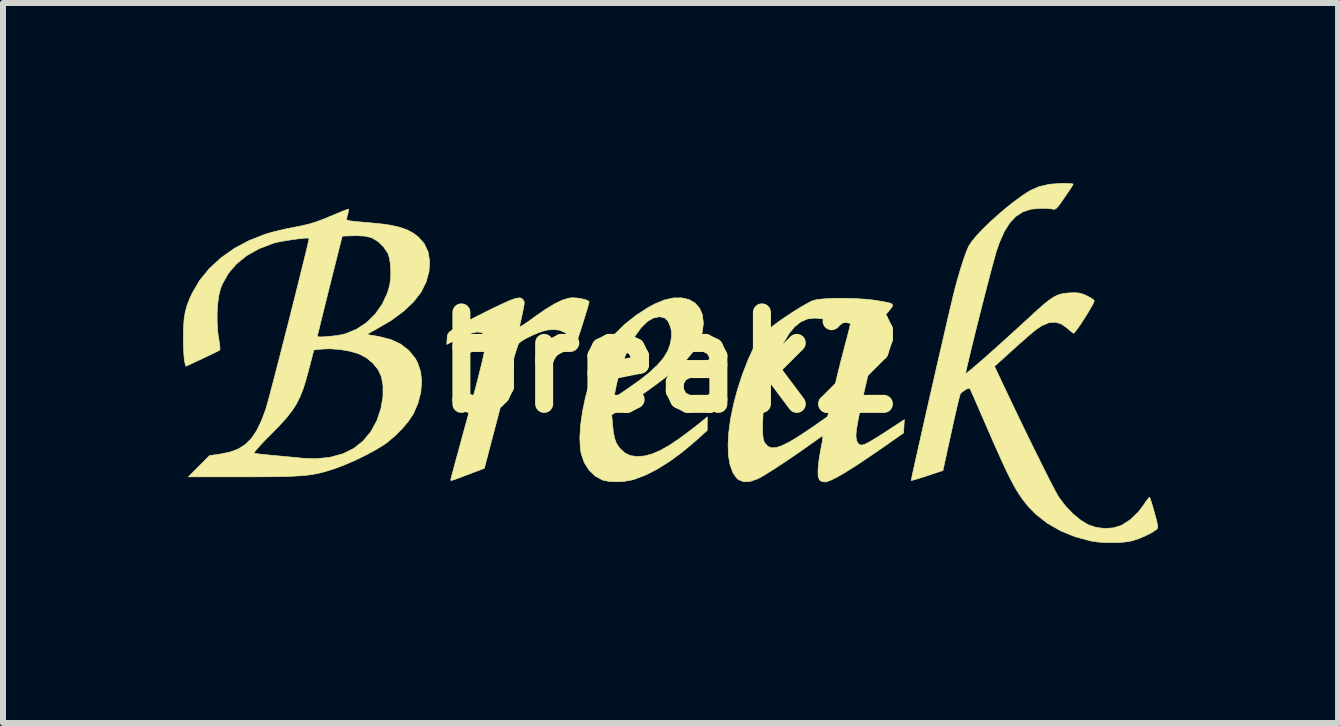
<source format=kicad_pcb>
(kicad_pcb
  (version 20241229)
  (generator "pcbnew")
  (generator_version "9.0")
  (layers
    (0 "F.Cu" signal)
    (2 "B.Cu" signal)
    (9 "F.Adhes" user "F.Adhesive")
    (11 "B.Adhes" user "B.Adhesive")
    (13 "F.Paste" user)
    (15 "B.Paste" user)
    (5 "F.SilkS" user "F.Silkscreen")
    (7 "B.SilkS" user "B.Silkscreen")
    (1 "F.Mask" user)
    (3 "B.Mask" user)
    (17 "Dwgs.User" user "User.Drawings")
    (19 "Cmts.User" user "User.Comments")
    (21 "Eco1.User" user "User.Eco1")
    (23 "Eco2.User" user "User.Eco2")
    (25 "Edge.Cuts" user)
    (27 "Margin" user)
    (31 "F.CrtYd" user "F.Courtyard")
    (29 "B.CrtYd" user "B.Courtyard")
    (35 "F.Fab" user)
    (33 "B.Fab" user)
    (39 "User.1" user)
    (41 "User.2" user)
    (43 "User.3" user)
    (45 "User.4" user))
  (footprint "break2"
    (layer "F.Cu")
    (at 8.121 2.99)
    (property "Reference" "break2" (at 0 0 0) (layer "F.SilkS") (effects (font (size 1.524 1.524) (thickness 0.3))))
    (attr through_hole)
    (fp_poly (pts (xy -1.559 -1.075) (xy -1.482 -1.063) (xy -1.415 -1.046) (xy -1.369 -1.027) (xy -1.355 -1.011) (xy -1.361 -0.985) (xy -1.377 -0.927) (xy -1.401 -0.846) (xy -1.431 -0.75) (xy -1.462 -0.649) (xy -1.493 -0.551) (xy -1.522 -0.464) (xy -1.544 -0.397) (xy -1.558 -0.358) (xy -1.56 -0.353) (xy -1.579 -0.358) (xy -1.62 -0.386) (xy -1.672 -0.431) (xy -1.758 -0.5) (xy -1.845 -0.538) (xy -1.946 -0.549) (xy -2.039 -0.543) (xy -2.112 -0.527) (xy -2.204 -0.495) (xy -2.303 -0.453) (xy -2.398 -0.406) (xy -2.476 -0.361) (xy -2.526 -0.321) (xy -2.526 -0.321) (xy -2.541 -0.29) (xy -2.564 -0.221) (xy -2.597 -0.115) (xy -2.638 0.025) (xy -2.686 0.198) (xy -2.742 0.401) (xy -2.803 0.631) (xy -2.833 0.742) (xy -3.101 1.763) (xy -3.345 1.855) (xy -3.463 1.9) (xy -3.548 1.932) (xy -3.604 1.952) (xy -3.638 1.962) (xy -3.655 1.964) (xy -3.661 1.961) (xy -3.662 1.956) (xy -3.656 1.933) (xy -3.641 1.874) (xy -3.617 1.783) (xy -3.585 1.664) (xy -3.546 1.524) (xy -3.503 1.365) (xy -3.456 1.192) (xy -3.449 1.166) (xy -3.366 0.864) (xy -3.295 0.6) (xy -3.234 0.373) (xy -3.185 0.18) (xy -3.145 0.019) (xy -3.115 -0.111) (xy -3.094 -0.213) (xy -3.081 -0.288) (xy -3.08 -0.292) (xy -3.077 -0.392) (xy -3.098 -0.461) (xy -3.146 -0.5) (xy -3.221 -0.509) (xy -3.324 -0.487) (xy -3.456 -0.435) (xy -3.52 -0.405) (xy -3.727 -0.302) (xy -3.721 -0.399) (xy -3.717 -0.446) (xy -3.706 -0.48) (xy -3.682 -0.509) (xy -3.637 -0.541) (xy -3.563 -0.586) (xy -3.556 -0.59) (xy -3.458 -0.646) (xy -3.341 -0.709) (xy -3.213 -0.776) (xy -3.079 -0.843) (xy -2.948 -0.908) (xy -2.827 -0.965) (xy -2.723 -1.013) (xy -2.642 -1.047) (xy -2.598 -1.062) (xy -2.535 -1.076) (xy -2.497 -1.076) (xy -2.47 -1.06) (xy -2.461 -1.052) (xy -2.444 -1.032) (xy -2.437 -1.007) (xy -2.438 -0.969) (xy -2.449 -0.906) (xy -2.462 -0.842) (xy -2.481 -0.754) (xy -2.497 -0.678) (xy -2.51 -0.626) (xy -2.512 -0.617) (xy -2.511 -0.602) (xy -2.494 -0.604) (xy -2.457 -0.624) (xy -2.396 -0.664) (xy -2.306 -0.728) (xy -2.273 -0.753) (xy -2.089 -0.881) (xy -1.931 -0.977) (xy -1.798 -1.041) (xy -1.688 -1.074) (xy -1.635 -1.079) (xy -1.559 -1.075)) (stroke (width 0.01) (type solid)) (fill yes) (layer "F.SilkS"))
    (fp_poly (pts (xy 0.309 -1.049) (xy 0.41 -0.99) (xy 0.486 -0.903) (xy 0.531 -0.798) (xy 0.549 -0.653) (xy 0.529 -0.5) (xy 0.474 -0.343) (xy 0.385 -0.19) (xy 0.264 -0.044) (xy 0.228 -0.008) (xy 0.144 0.066) (xy 0.032 0.158) (xy -0.103 0.263) (xy -0.251 0.374) (xy -0.408 0.488) (xy -0.565 0.599) (xy -0.715 0.701) (xy -0.768 0.735) (xy -0.979 0.872) (xy -0.965 1.034) (xy -0.95 1.166) (xy -0.93 1.265) (xy -0.903 1.341) (xy -0.864 1.403) (xy -0.843 1.43) (xy -0.76 1.507) (xy -0.673 1.55) (xy -0.566 1.566) (xy -0.54 1.566) (xy -0.424 1.556) (xy -0.301 1.522) (xy -0.167 1.464) (xy -0.018 1.38) (xy 0.151 1.266) (xy 0.265 1.182) (xy 0.351 1.116) (xy 0.434 1.052) (xy 0.501 0.999) (xy 0.534 0.972) (xy 0.614 0.906) (xy 0.613 1.019) (xy 0.612 1.132) (xy 0.414 1.31) (xy 0.199 1.49) (xy -0.015 1.647) (xy -0.224 1.778) (xy -0.423 1.879) (xy -0.606 1.947) (xy -0.645 1.958) (xy -0.768 1.98) (xy -0.899 1.987) (xy -1.022 1.981) (xy -1.123 1.961) (xy -1.13 1.959) (xy -1.253 1.893) (xy -1.356 1.794) (xy -1.436 1.668) (xy -1.487 1.52) (xy -1.501 1.439) (xy -1.51 1.254) (xy -1.497 1.041) (xy -1.464 0.811) (xy -1.414 0.572) (xy -1.411 0.562) (xy -0.933 0.562) (xy -0.926 0.58) (xy -0.924 0.579) (xy -0.898 0.562) (xy -0.844 0.526) (xy -0.772 0.477) (xy -0.699 0.427) (xy -0.499 0.285) (xy -0.337 0.155) (xy -0.209 0.034) (xy -0.113 -0.08) (xy -0.047 -0.19) (xy -0.006 -0.299) (xy -0.002 -0.318) (xy 0.015 -0.412) (xy 0.019 -0.484) (xy 0.01 -0.552) (xy -0.001 -0.599) (xy -0.04 -0.689) (xy -0.097 -0.742) (xy -0.175 -0.762) (xy -0.187 -0.762) (xy -0.287 -0.741) (xy -0.387 -0.682) (xy -0.485 -0.585) (xy -0.58 -0.456) (xy -0.67 -0.297) (xy -0.754 -0.11) (xy -0.828 0.1) (xy -0.891 0.332) (xy -0.908 0.407) (xy -0.927 0.505) (xy -0.933 0.562) (xy -1.411 0.562) (xy -1.347 0.331) (xy -1.267 0.098) (xy -1.174 -0.118) (xy -1.16 -0.146) (xy -1.059 -0.312) (xy -0.922 -0.479) (xy -0.757 -0.64) (xy -0.569 -0.789) (xy -0.365 -0.92) (xy -0.262 -0.976) (xy -0.102 -1.042) (xy 0.049 -1.076) (xy 0.187 -1.077) (xy 0.309 -1.049)) (stroke (width 0.01) (type solid)) (fill yes) (layer "F.SilkS"))
    (fp_poly (pts (xy 2.949 -1.069) (xy 3.099 -1.064) (xy 3.242 -1.055) (xy 3.37 -1.042) (xy 3.45 -1.03) (xy 3.565 -1.01) (xy 3.642 -0.994) (xy 3.686 -0.978) (xy 3.702 -0.958) (xy 3.692 -0.929) (xy 3.661 -0.887) (xy 3.623 -0.84) (xy 3.519 -0.709) (xy 3.358 -0.064) (xy 3.292 0.207) (xy 3.235 0.451) (xy 3.186 0.668) (xy 3.147 0.855) (xy 3.117 1.008) (xy 3.098 1.127) (xy 3.091 1.207) (xy 3.09 1.219) (xy 3.101 1.303) (xy 3.131 1.357) (xy 3.177 1.376) (xy 3.206 1.372) (xy 3.243 1.36) (xy 3.292 1.336) (xy 3.359 1.298) (xy 3.449 1.243) (xy 3.567 1.168) (xy 3.625 1.129) (xy 3.897 0.952) (xy 3.89 1.063) (xy 3.884 1.174) (xy 3.526 1.424) (xy 3.291 1.585) (xy 3.088 1.72) (xy 2.918 1.827) (xy 2.78 1.907) (xy 2.674 1.96) (xy 2.6 1.987) (xy 2.576 1.99) (xy 2.519 1.982) (xy 2.482 1.955) (xy 2.462 1.903) (xy 2.458 1.82) (xy 2.463 1.737) (xy 2.474 1.636) (xy 2.492 1.517) (xy 2.513 1.405) (xy 2.515 1.392) (xy 2.533 1.301) (xy 2.539 1.243) (xy 2.535 1.221) (xy 2.532 1.222) (xy 2.506 1.239) (xy 2.454 1.276) (xy 2.382 1.327) (xy 2.297 1.387) (xy 2.286 1.395) (xy 2.129 1.505) (xy 1.974 1.611) (xy 1.828 1.708) (xy 1.696 1.794) (xy 1.582 1.865) (xy 1.494 1.917) (xy 1.45 1.939) (xy 1.327 1.982) (xy 1.223 1.987) (xy 1.137 1.954) (xy 1.104 1.927) (xy 1.039 1.833) (xy 0.993 1.705) (xy 0.966 1.548) (xy 0.96 1.366) (xy 0.972 1.161) (xy 0.991 1.017) (xy 1.535 1.017) (xy 1.536 1.133) (xy 1.539 1.216) (xy 1.546 1.273) (xy 1.558 1.313) (xy 1.573 1.341) (xy 1.621 1.395) (xy 1.679 1.421) (xy 1.753 1.419) (xy 1.848 1.39) (xy 1.968 1.331) (xy 1.983 1.323) (xy 2.057 1.28) (xy 2.152 1.22) (xy 2.258 1.15) (xy 2.363 1.079) (xy 2.371 1.074) (xy 2.458 1.013) (xy 2.532 0.961) (xy 2.587 0.923) (xy 2.615 0.903) (xy 2.617 0.902) (xy 2.623 0.881) (xy 2.636 0.826) (xy 2.656 0.741) (xy 2.682 0.634) (xy 2.711 0.509) (xy 2.72 0.468) (xy 2.758 0.309) (xy 2.8 0.135) (xy 2.843 -0.037) (xy 2.884 -0.195) (xy 2.912 -0.303) (xy 2.943 -0.417) (xy 2.968 -0.514) (xy 2.987 -0.59) (xy 2.997 -0.637) (xy 2.998 -0.649) (xy 2.973 -0.657) (xy 2.915 -0.669) (xy 2.834 -0.684) (xy 2.739 -0.699) (xy 2.639 -0.713) (xy 2.545 -0.726) (xy 2.464 -0.735) (xy 2.407 -0.74) (xy 2.395 -0.74) (xy 2.279 -0.725) (xy 2.171 -0.677) (xy 2.07 -0.597) (xy 1.975 -0.481) (xy 1.884 -0.328) (xy 1.795 -0.136) (xy 1.708 0.096) (xy 1.707 0.099) (xy 1.629 0.347) (xy 1.576 0.574) (xy 1.546 0.792) (xy 1.535 1.014) (xy 1.535 1.017) (xy 0.991 1.017) (xy 1.002 0.937) (xy 1.051 0.699) (xy 1.117 0.45) (xy 1.201 0.193) (xy 1.301 -0.064) (xy 1.378 -0.228) (xy 1.46 -0.362) (xy 1.555 -0.476) (xy 1.672 -0.582) (xy 1.691 -0.597) (xy 1.792 -0.673) (xy 1.908 -0.754) (xy 2.03 -0.835) (xy 2.15 -0.91) (xy 2.258 -0.973) (xy 2.345 -1.019) (xy 2.378 -1.033) (xy 2.441 -1.048) (xy 2.538 -1.059) (xy 2.66 -1.067) (xy 2.8 -1.07) (xy 2.949 -1.069)) (stroke (width 0.01) (type solid)) (fill yes) (layer "F.SilkS"))
    (fp_poly (pts (xy 6.607 -2.983) (xy 6.67 -2.98) (xy 6.706 -2.975) (xy 6.71 -2.972) (xy 6.699 -2.951) (xy 6.668 -2.902) (xy 6.622 -2.833) (xy 6.567 -2.752) (xy 6.505 -2.663) (xy 6.461 -2.604) (xy 6.43 -2.57) (xy 6.405 -2.555) (xy 6.381 -2.554) (xy 6.371 -2.556) (xy 6.324 -2.563) (xy 6.25 -2.568) (xy 6.165 -2.569) (xy 6.16 -2.569) (xy 6.007 -2.555) (xy 5.873 -2.511) (xy 5.756 -2.436) (xy 5.654 -2.328) (xy 5.563 -2.184) (xy 5.482 -2.001) (xy 5.443 -1.891) (xy 5.424 -1.831) (xy 5.399 -1.74) (xy 5.366 -1.622) (xy 5.329 -1.482) (xy 5.288 -1.325) (xy 5.244 -1.156) (xy 5.199 -0.979) (xy 5.153 -0.799) (xy 5.108 -0.62) (xy 5.066 -0.449) (xy 5.026 -0.288) (xy 4.991 -0.143) (xy 4.962 -0.019) (xy 4.939 0.08) (xy 4.924 0.148) (xy 4.919 0.182) (xy 4.919 0.185) (xy 4.937 0.174) (xy 4.983 0.138) (xy 5.053 0.079) (xy 5.143 0.002) (xy 5.251 -0.092) (xy 5.371 -0.199) (xy 5.502 -0.316) (xy 5.639 -0.44) (xy 5.779 -0.567) (xy 5.919 -0.695) (xy 5.995 -0.765) (xy 6.123 -0.883) (xy 6.227 -0.974) (xy 6.313 -1.042) (xy 6.386 -1.091) (xy 6.453 -1.124) (xy 6.518 -1.144) (xy 6.589 -1.155) (xy 6.647 -1.16) (xy 6.739 -1.163) (xy 6.806 -1.158) (xy 6.866 -1.142) (xy 6.93 -1.115) (xy 6.995 -1.081) (xy 7.043 -1.049) (xy 7.061 -1.029) (xy 7.053 -1.004) (xy 7.027 -0.952) (xy 6.986 -0.88) (xy 6.936 -0.797) (xy 6.881 -0.711) (xy 6.828 -0.629) (xy 6.779 -0.56) (xy 6.741 -0.51) (xy 6.719 -0.487) (xy 6.717 -0.487) (xy 6.696 -0.5) (xy 6.654 -0.534) (xy 6.614 -0.57) (xy 6.515 -0.641) (xy 6.413 -0.672) (xy 6.305 -0.663) (xy 6.188 -0.614) (xy 6.098 -0.554) (xy 6.047 -0.513) (xy 5.972 -0.45) (xy 5.882 -0.371) (xy 5.782 -0.283) (xy 5.695 -0.204) (xy 5.399 0.064) (xy 5.491 0.26) (xy 5.599 0.488) (xy 5.708 0.717) (xy 5.817 0.944) (xy 5.923 1.164) (xy 6.026 1.375) (xy 6.124 1.572) (xy 6.213 1.752) (xy 6.293 1.911) (xy 6.362 2.046) (xy 6.418 2.152) (xy 6.459 2.225) (xy 6.478 2.255) (xy 6.585 2.395) (xy 6.709 2.523) (xy 6.839 2.63) (xy 6.958 2.702) (xy 7.089 2.747) (xy 7.234 2.765) (xy 7.378 2.755) (xy 7.506 2.717) (xy 7.519 2.711) (xy 7.663 2.619) (xy 7.796 2.491) (xy 7.885 2.373) (xy 7.927 2.311) (xy 7.962 2.265) (xy 7.98 2.245) (xy 7.981 2.244) (xy 7.991 2.263) (xy 8.009 2.315) (xy 8.033 2.393) (xy 8.06 2.488) (xy 8.063 2.499) (xy 8.092 2.605) (xy 8.11 2.678) (xy 8.118 2.725) (xy 8.117 2.754) (xy 8.108 2.772) (xy 8.093 2.785) (xy 8.016 2.836) (xy 7.913 2.888) (xy 7.801 2.935) (xy 7.697 2.969) (xy 7.678 2.974) (xy 7.562 2.992) (xy 7.419 3.001) (xy 7.267 3.001) (xy 7.119 2.991) (xy 7.006 2.974) (xy 6.745 2.904) (xy 6.501 2.804) (xy 6.279 2.677) (xy 6.086 2.526) (xy 5.965 2.402) (xy 5.911 2.336) (xy 5.86 2.269) (xy 5.81 2.196) (xy 5.759 2.114) (xy 5.706 2.019) (xy 5.648 1.908) (xy 5.584 1.777) (xy 5.512 1.621) (xy 5.43 1.439) (xy 5.336 1.225) (xy 5.228 0.977) (xy 5.204 0.922) (xy 5.146 0.789) (xy 5.094 0.669) (xy 5.05 0.567) (xy 5.015 0.49) (xy 4.993 0.442) (xy 4.986 0.428) (xy 4.962 0.43) (xy 4.92 0.45) (xy 4.874 0.481) (xy 4.838 0.512) (xy 4.829 0.524) (xy 4.82 0.554) (xy 4.803 0.619) (xy 4.78 0.715) (xy 4.752 0.835) (xy 4.72 0.976) (xy 4.686 1.13) (xy 4.675 1.18) (xy 4.54 1.799) (xy 4.28 1.886) (xy 4.182 1.918) (xy 4.1 1.943) (xy 4.041 1.96) (xy 4.013 1.966) (xy 4.012 1.965) (xy 4.015 1.944) (xy 4.027 1.886) (xy 4.047 1.793) (xy 4.074 1.671) (xy 4.107 1.524) (xy 4.145 1.354) (xy 4.187 1.166) (xy 4.233 0.964) (xy 4.281 0.751) (xy 4.331 0.531) (xy 4.382 0.309) (xy 4.432 0.088) (xy 4.482 -0.129) (xy 4.53 -0.336) (xy 4.575 -0.532) (xy 4.616 -0.71) (xy 4.653 -0.869) (xy 4.685 -1.003) (xy 4.71 -1.11) (xy 4.729 -1.184) (xy 4.731 -1.196) (xy 4.781 -1.382) (xy 4.832 -1.555) (xy 4.881 -1.708) (xy 4.925 -1.834) (xy 4.964 -1.927) (xy 4.969 -1.937) (xy 5.019 -2.014) (xy 5.098 -2.11) (xy 5.201 -2.22) (xy 5.321 -2.337) (xy 5.454 -2.457) (xy 5.592 -2.575) (xy 5.732 -2.685) (xy 5.866 -2.783) (xy 5.989 -2.862) (xy 5.997 -2.867) (xy 6.141 -2.93) (xy 6.314 -2.97) (xy 6.511 -2.984) (xy 6.524 -2.985) (xy 6.607 -2.983)) (stroke (width 0.01) (type solid)) (fill yes) (layer "F.SilkS"))
    (fp_poly (pts (xy -5.364 -2.532) (xy -5.374 -2.485) (xy -5.377 -2.475) (xy -5.391 -2.42) (xy -5.397 -2.382) (xy -5.397 -2.38) (xy -5.377 -2.369) (xy -5.316 -2.357) (xy -5.217 -2.346) (xy -5.084 -2.334) (xy -5.053 -2.332) (xy -4.838 -2.312) (xy -4.659 -2.287) (xy -4.512 -2.254) (xy -4.39 -2.211) (xy -4.288 -2.157) (xy -4.203 -2.094) (xy -4.102 -1.979) (xy -4.039 -1.845) (xy -4.013 -1.691) (xy -4.023 -1.519) (xy -4.071 -1.342) (xy -4.156 -1.172) (xy -4.281 -1.01) (xy -4.447 -0.854) (xy -4.652 -0.703) (xy -4.895 -0.56) (xy -4.969 -0.52) (xy -5.024 -0.488) (xy -5.054 -0.469) (xy -5.056 -0.466) (xy -5.031 -0.462) (xy -4.974 -0.453) (xy -4.896 -0.44) (xy -4.857 -0.433) (xy -4.659 -0.383) (xy -4.493 -0.305) (xy -4.358 -0.2) (xy -4.251 -0.066) (xy -4.21 0.011) (xy -4.162 0.156) (xy -4.146 0.32) (xy -4.16 0.495) (xy -4.205 0.672) (xy -4.278 0.844) (xy -4.29 0.865) (xy -4.367 0.98) (xy -4.471 1.103) (xy -4.591 1.223) (xy -4.717 1.329) (xy -4.776 1.371) (xy -4.906 1.451) (xy -5.062 1.536) (xy -5.233 1.62) (xy -5.404 1.695) (xy -5.562 1.756) (xy -5.593 1.767) (xy -5.689 1.798) (xy -5.778 1.824) (xy -5.865 1.846) (xy -5.955 1.863) (xy -6.052 1.877) (xy -6.163 1.887) (xy -6.29 1.894) (xy -6.44 1.9) (xy -6.616 1.903) (xy -6.825 1.904) (xy -7.07 1.905) (xy -7.122 1.905) (xy -8.032 1.905) (xy -7.856 1.728) (xy -7.68 1.551) (xy -7.51 1.527) (xy -7.432 1.511) (xy -6.939 1.511) (xy -6.938 1.512) (xy -6.909 1.517) (xy -6.845 1.525) (xy -6.754 1.535) (xy -6.643 1.546) (xy -6.551 1.554) (xy -6.427 1.566) (xy -6.314 1.576) (xy -6.22 1.585) (xy -6.153 1.592) (xy -6.128 1.595) (xy -5.911 1.603) (xy -5.683 1.581) (xy -5.664 1.577) (xy -5.458 1.521) (xy -5.276 1.431) (xy -5.12 1.307) (xy -4.992 1.152) (xy -4.891 0.967) (xy -4.825 0.771) (xy -4.79 0.572) (xy -4.789 0.386) (xy -4.817 0.234) (xy -4.871 0.119) (xy -4.958 0.011) (xy -5.068 -0.08) (xy -5.193 -0.145) (xy -5.197 -0.147) (xy -5.343 -0.189) (xy -5.509 -0.217) (xy -5.675 -0.229) (xy -5.802 -0.224) (xy -5.942 -0.209) (xy -6.017 0.083) (xy -6.069 0.276) (xy -6.119 0.437) (xy -6.173 0.573) (xy -6.234 0.694) (xy -6.309 0.809) (xy -6.401 0.925) (xy -6.516 1.052) (xy -6.652 1.191) (xy -6.75 1.29) (xy -6.831 1.375) (xy -6.891 1.443) (xy -6.929 1.49) (xy -6.939 1.511) (xy -7.432 1.511) (xy -7.344 1.494) (xy -7.204 1.442) (xy -7.085 1.367) (xy -6.982 1.265) (xy -6.893 1.133) (xy -6.813 0.967) (xy -6.741 0.773) (xy -6.727 0.724) (xy -6.704 0.641) (xy -6.674 0.529) (xy -6.637 0.39) (xy -6.595 0.23) (xy -6.549 0.051) (xy -6.499 -0.141) (xy -6.448 -0.343) (xy -6.424 -0.436) (xy -5.884 -0.436) (xy -5.865 -0.428) (xy -5.814 -0.426) (xy -5.74 -0.43) (xy -5.654 -0.438) (xy -5.564 -0.449) (xy -5.48 -0.463) (xy -5.414 -0.479) (xy -5.23 -0.555) (xy -5.063 -0.665) (xy -4.919 -0.806) (xy -4.802 -0.973) (xy -4.715 -1.16) (xy -4.677 -1.294) (xy -4.663 -1.398) (xy -4.659 -1.516) (xy -4.666 -1.634) (xy -4.682 -1.739) (xy -4.707 -1.817) (xy -4.708 -1.82) (xy -4.779 -1.926) (xy -4.871 -2.015) (xy -4.971 -2.076) (xy -4.997 -2.085) (xy -5.098 -2.107) (xy -5.231 -2.113) (xy -5.283 -2.112) (xy -5.469 -2.106) (xy -5.676 -1.281) (xy -5.721 -1.1) (xy -5.763 -0.932) (xy -5.8 -0.782) (xy -5.832 -0.653) (xy -5.857 -0.55) (xy -5.875 -0.478) (xy -5.883 -0.44) (xy -5.884 -0.436) (xy -6.424 -0.436) (xy -6.395 -0.551) (xy -6.341 -0.761) (xy -6.289 -0.969) (xy -6.238 -1.17) (xy -6.191 -1.36) (xy -6.147 -1.537) (xy -6.108 -1.695) (xy -6.075 -1.83) (xy -6.049 -1.94) (xy -6.031 -2.018) (xy -6.022 -2.062) (xy -6.021 -2.07) (xy -6.048 -2.074) (xy -6.107 -2.071) (xy -6.189 -2.062) (xy -6.285 -2.05) (xy -6.386 -2.034) (xy -6.483 -2.018) (xy -6.566 -2.001) (xy -6.621 -1.986) (xy -6.855 -1.896) (xy -7.059 -1.782) (xy -7.23 -1.644) (xy -7.368 -1.483) (xy -7.469 -1.302) (xy -7.495 -1.237) (xy -7.523 -1.127) (xy -7.543 -0.988) (xy -7.553 -0.832) (xy -7.553 -0.671) (xy -7.544 -0.517) (xy -7.528 -0.403) (xy -7.514 -0.32) (xy -7.507 -0.254) (xy -7.507 -0.214) (xy -7.509 -0.208) (xy -7.533 -0.194) (xy -7.588 -0.166) (xy -7.667 -0.128) (xy -7.762 -0.083) (xy -7.8 -0.065) (xy -8.075 0.063) (xy -8.095 -0.016) (xy -8.102 -0.066) (xy -8.108 -0.147) (xy -8.113 -0.251) (xy -8.115 -0.368) (xy -8.116 -0.413) (xy -8.113 -0.581) (xy -8.104 -0.719) (xy -8.085 -0.838) (xy -8.055 -0.949) (xy -8.01 -1.065) (xy -7.968 -1.156) (xy -7.845 -1.367) (xy -7.684 -1.564) (xy -7.491 -1.742) (xy -7.268 -1.9) (xy -7.021 -2.032) (xy -6.753 -2.138) (xy -6.656 -2.166) (xy -6.533 -2.197) (xy -6.399 -2.228) (xy -6.268 -2.254) (xy -6.259 -2.256) (xy -6.118 -2.284) (xy -5.999 -2.313) (xy -5.887 -2.349) (xy -5.766 -2.395) (xy -5.665 -2.437) (xy -5.562 -2.48) (xy -5.474 -2.516) (xy -5.408 -2.542) (xy -5.37 -2.555) (xy -5.363 -2.555) (xy -5.364 -2.532)) (stroke (width 0.01) (type solid)) (fill yes) (layer "F.SilkS")))
  (gr_rect
    (start -3 -3)
    (end 19.244 8.996)
    (stroke (width 0.1) (type default))
    (fill no)
    (layer "Edge.Cuts")))
</source>
